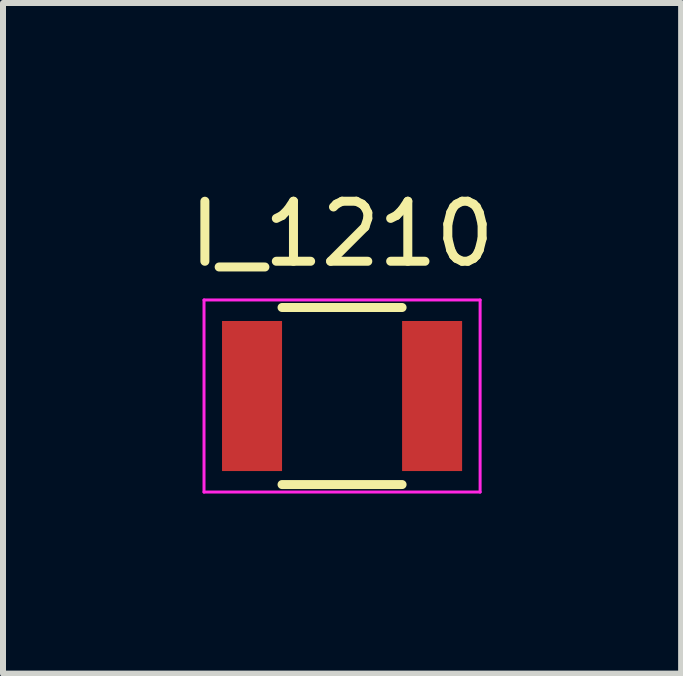
<source format=kicad_pcb>
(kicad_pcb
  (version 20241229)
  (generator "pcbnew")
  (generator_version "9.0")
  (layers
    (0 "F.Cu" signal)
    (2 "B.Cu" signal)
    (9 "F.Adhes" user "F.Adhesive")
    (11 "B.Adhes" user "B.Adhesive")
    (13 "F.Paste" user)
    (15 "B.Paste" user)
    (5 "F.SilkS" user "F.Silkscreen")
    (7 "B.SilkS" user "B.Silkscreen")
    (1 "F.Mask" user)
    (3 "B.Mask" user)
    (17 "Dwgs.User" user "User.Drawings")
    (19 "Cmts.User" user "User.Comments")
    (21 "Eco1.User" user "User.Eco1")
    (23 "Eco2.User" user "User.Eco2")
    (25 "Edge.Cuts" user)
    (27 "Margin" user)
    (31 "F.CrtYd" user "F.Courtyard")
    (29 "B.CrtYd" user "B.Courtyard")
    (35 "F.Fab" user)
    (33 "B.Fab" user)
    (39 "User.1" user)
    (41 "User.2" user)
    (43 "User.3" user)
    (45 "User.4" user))
  (footprint "I_1210"
    (layer "F.Cu")
    (at 2.649 3.548)
    (property "Reference" "I_1210" (at 0 -2.7 0) (layer "F.SilkS") (effects (font (size 1 1) (thickness 0.15))))
    (attr smd)
    (fp_line (start -1 1.475) (end 1 1.475) (stroke (width 0.15) (type solid)) (layer "F.SilkS"))
    (fp_line (start 1 -1.475) (end -1 -1.475) (stroke (width 0.15) (type solid)) (layer "F.SilkS"))
    (fp_line (start -2.3 -1.6) (end -2.3 1.6) (stroke (width 0.05) (type solid)) (layer "F.CrtYd"))
    (fp_line (start -2.3 -1.6) (end 2.3 -1.6) (stroke (width 0.05) (type solid)) (layer "F.CrtYd"))
    (fp_line (start -2.3 1.6) (end 2.3 1.6) (stroke (width 0.05) (type solid)) (layer "F.CrtYd"))
    (fp_line (start 2.3 -1.6) (end 2.3 1.6) (stroke (width 0.05) (type solid)) (layer "F.CrtYd"))
    (pad "1" smd rect (at -1.5 0) (size 1 2.5) (layers "F.Cu" "F.Mask" "F.Paste"))
    (pad "2" smd rect (at 1.5 0) (size 1 2.5) (layers "F.Cu" "F.Mask" "F.Paste")))
  (gr_rect
    (start -3 -3)
    (end 8.298 8.173)
    (stroke (width 0.1) (type default))
    (fill no)
    (layer "Edge.Cuts")))
</source>
